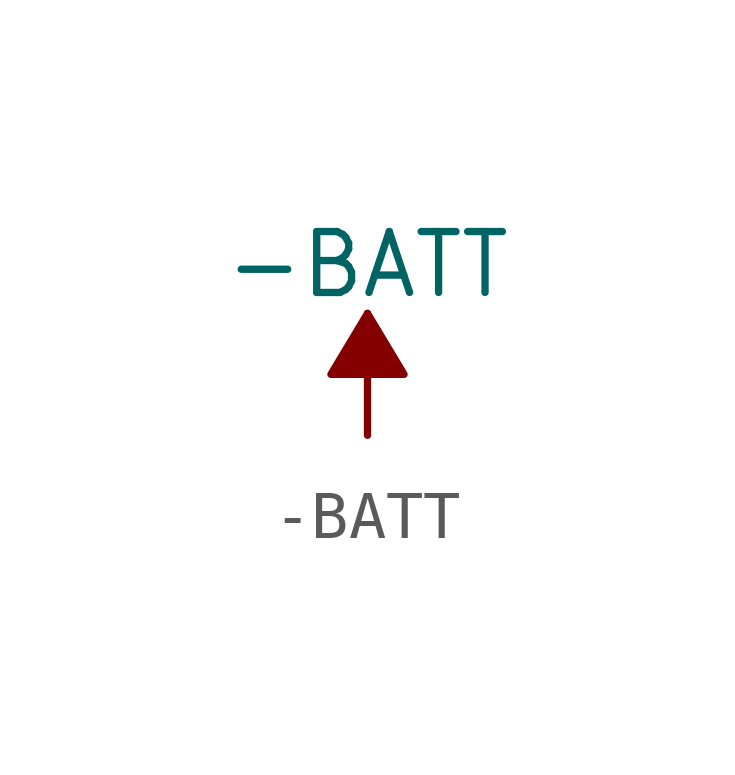
<source format=kicad_sym>
(kicad_symbol_lib
  (version 20220914)
  (generator kicad_symbol_editor)
  (symbol "-BATT"
    (power)
    (pin_names
      (offset 0))
    (property "Reference" "#PWR"
      (at 0 -3.81 0)
      (effects (font (size 1.27 1.27)) hide))
    (property "Value" "-BATT"
      (at 0 3.556 0)
      (effects (font (size 1.27 1.27))))
    (symbol "-BATT_0_1"
      (polyline (pts (xy 0 0) (xy 0 2.54)) (stroke (width 0) (type solid)) (fill (type none)))
      (polyline (pts (xy 0.762 1.27) (xy -0.762 1.27) (xy 0 2.54) (xy 0.762 1.27)) (stroke (width 0) (type solid)) (fill (type outline))))
    (symbol "-BATT_1_1"
      (pin power_in line (at 0 0 90) (length 0) hide (name "-BATT" (effects (font (size 1.27 1.27)))) (number "1" (effects (font (size 1.27 1.27))))))))
</source>
